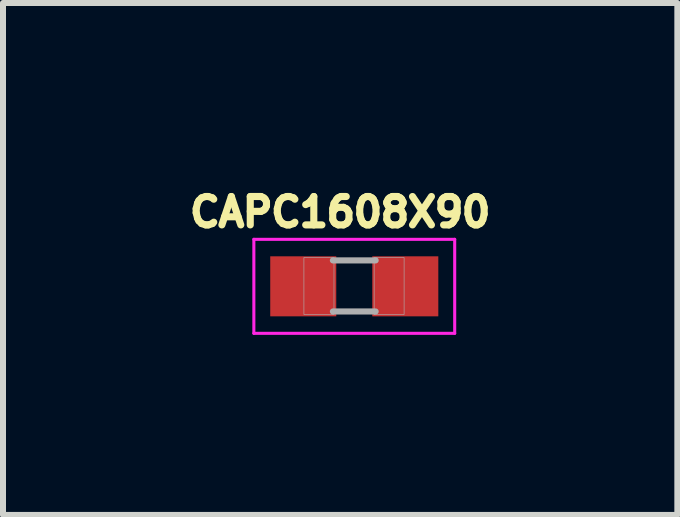
<source format=kicad_pcb>
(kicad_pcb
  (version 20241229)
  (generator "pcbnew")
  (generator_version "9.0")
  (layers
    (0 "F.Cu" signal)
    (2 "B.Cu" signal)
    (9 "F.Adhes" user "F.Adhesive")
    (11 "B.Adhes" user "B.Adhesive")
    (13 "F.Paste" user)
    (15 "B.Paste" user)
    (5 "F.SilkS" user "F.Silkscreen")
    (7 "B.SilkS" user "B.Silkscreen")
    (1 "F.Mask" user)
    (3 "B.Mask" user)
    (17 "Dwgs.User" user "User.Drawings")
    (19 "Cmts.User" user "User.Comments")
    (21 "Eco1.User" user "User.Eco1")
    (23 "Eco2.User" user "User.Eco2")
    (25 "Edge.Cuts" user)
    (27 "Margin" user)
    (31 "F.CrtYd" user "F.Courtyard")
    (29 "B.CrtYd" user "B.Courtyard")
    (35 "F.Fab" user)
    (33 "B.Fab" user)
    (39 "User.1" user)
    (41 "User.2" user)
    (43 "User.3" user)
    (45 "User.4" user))
  (footprint "CAPC1608X90"
    (layer "F.Cu")
    (at 2.852 1.72)
    (property "Reference" "CAPC1608X90" (at -0.235 -1.236 0) (layer "F.SilkS") (effects (font (size 0.473 0.473) (thickness 0.15))))
    (attr smd)
    (fp_line (start -1.673 -0.783) (end 1.673 -0.783) (stroke (width 0.051) (type solid)) (layer "F.CrtYd"))
    (fp_line (start -1.673 0.783) (end -1.673 -0.783) (stroke (width 0.051) (type solid)) (layer "F.CrtYd"))
    (fp_line (start 1.673 -0.783) (end 1.673 0.783) (stroke (width 0.051) (type solid)) (layer "F.CrtYd"))
    (fp_line (start 1.673 0.783) (end -1.673 0.783) (stroke (width 0.051) (type solid)) (layer "F.CrtYd"))
    (fp_line (start -0.356 -0.432) (end 0.356 -0.432) (stroke (width 0.102) (type solid)) (layer "F.Fab"))
    (fp_line (start -0.356 0.419) (end 0.356 0.419) (stroke (width 0.102) (type solid)) (layer "F.Fab"))
    (fp_poly (pts (xy -0.839 -0.48) (xy -0.338 -0.48) (xy -0.338 0.47) (xy -0.839 0.47)) (stroke (width 0.01) (type solid)) (fill no) (layer "F.Fab"))
    (fp_poly (pts (xy 0.331 -0.48) (xy 0.83 -0.48) (xy 0.83 0.471) (xy 0.331 0.471)) (stroke (width 0.01) (type solid)) (fill no) (layer "F.Fab"))
    (pad "1" smd rect (at -0.85 0) (size 1.1 1) (layers "F.Cu" "F.Mask" "F.Paste"))
    (pad "2" smd rect (at 0.85 0) (size 1.1 1) (layers "F.Cu" "F.Mask" "F.Paste")))
  (gr_rect
    (start -3 -3)
    (end 8.234 5.528)
    (stroke (width 0.1) (type default))
    (fill no)
    (layer "Edge.Cuts")))
</source>
